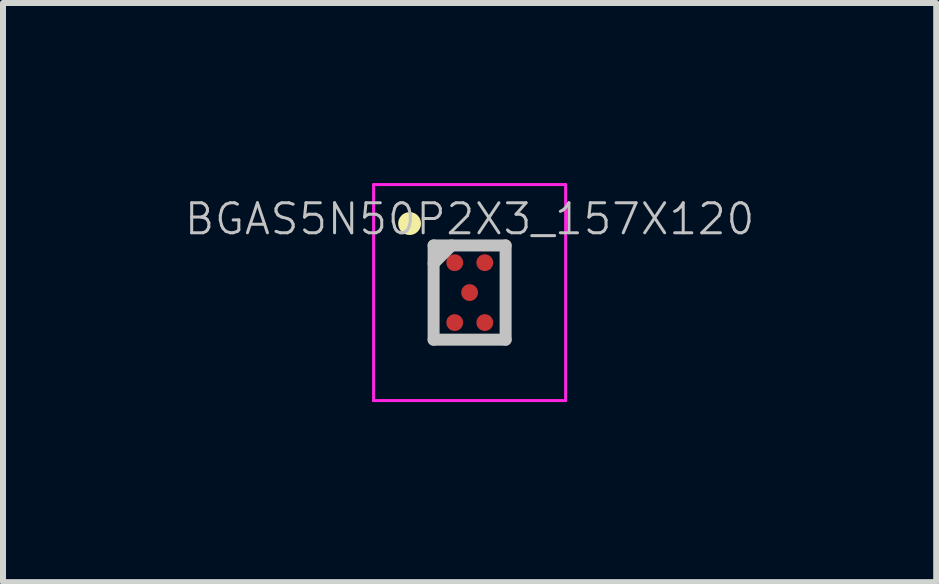
<source format=kicad_pcb>
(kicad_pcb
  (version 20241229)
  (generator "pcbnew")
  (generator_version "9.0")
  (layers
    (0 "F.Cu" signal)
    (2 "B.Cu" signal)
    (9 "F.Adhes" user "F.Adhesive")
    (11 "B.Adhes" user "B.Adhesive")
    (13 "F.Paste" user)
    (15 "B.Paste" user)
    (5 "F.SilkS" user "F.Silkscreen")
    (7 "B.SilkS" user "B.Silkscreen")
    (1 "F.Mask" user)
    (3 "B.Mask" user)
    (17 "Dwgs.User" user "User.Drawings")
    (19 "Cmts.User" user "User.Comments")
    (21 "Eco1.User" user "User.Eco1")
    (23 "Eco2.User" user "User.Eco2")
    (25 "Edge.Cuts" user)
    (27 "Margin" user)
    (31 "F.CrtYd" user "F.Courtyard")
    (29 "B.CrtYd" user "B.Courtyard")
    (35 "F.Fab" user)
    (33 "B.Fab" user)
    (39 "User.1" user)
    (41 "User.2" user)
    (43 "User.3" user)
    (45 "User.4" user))
  (footprint "BGAS5N50P2X3_157X120"
    (layer "F.Cu")
    (at 4.775 1.825)
    (property "Reference" "BGAS5N50P2X3_157X120" (at 0 -1.225 0) (layer "Dwgs.User") (effects (font (size 0.5 0.5) (thickness 0.05))))
    (attr smd)
    (fp_line (start -1 -1.15) (end -1 -1.15) (stroke (width 0.381) (type solid)) (layer "F.SilkS"))
    (fp_line (start -0.6 -0.785) (end -0.6 0.785) (stroke (width 0.2) (type solid)) (layer "Dwgs.User"))
    (fp_line (start -0.6 -0.785) (end 0.6 -0.785) (stroke (width 0.2) (type solid)) (layer "Dwgs.User"))
    (fp_line (start -0.6 -0.485) (end -0.3 -0.785) (stroke (width 0.2) (type solid)) (layer "Dwgs.User"))
    (fp_line (start -0.6 0.785) (end 0.6 0.785) (stroke (width 0.2) (type solid)) (layer "Dwgs.User"))
    (fp_line (start 0.6 -0.785) (end 0.6 0.785) (stroke (width 0.2) (type solid)) (layer "Dwgs.User"))
    (fp_line (start -1.6 -1.8) (end -1.6 1.8) (stroke (width 0.05) (type solid)) (layer "F.CrtYd"))
    (fp_line (start -1.6 -1.8) (end 1.6 -1.8) (stroke (width 0.05) (type solid)) (layer "F.CrtYd"))
    (fp_line (start -1.6 1.8) (end 1.6 1.8) (stroke (width 0.05) (type solid)) (layer "F.CrtYd"))
    (fp_line (start 1.6 -1.8) (end 1.6 1.8) (stroke (width 0.05) (type solid)) (layer "F.CrtYd"))
    (pad "A1" smd circle (at -0.248 -0.498) (size 0.28 0.28) (layers "F.Cu" "F.Mask" "F.Paste"))
    (pad "A2" smd circle (at 0.253 -0.498) (size 0.28 0.28) (layers "F.Cu" "F.Mask" "F.Paste"))
    (pad "B1" smd circle (at 0 0) (size 0.28 0.28) (layers "F.Cu" "F.Mask" "F.Paste"))
    (pad "C1" smd circle (at -0.248 0.5) (size 0.28 0.28) (layers "F.Cu" "F.Mask" "F.Paste"))
    (pad "C2" smd circle (at 0.253 0.5) (size 0.28 0.28) (layers "F.Cu" "F.Mask" "F.Paste")))
  (gr_rect
    (start -3 -3)
    (end 12.55 6.65)
    (stroke (width 0.1) (type default))
    (fill no)
    (layer "Edge.Cuts")))
</source>
